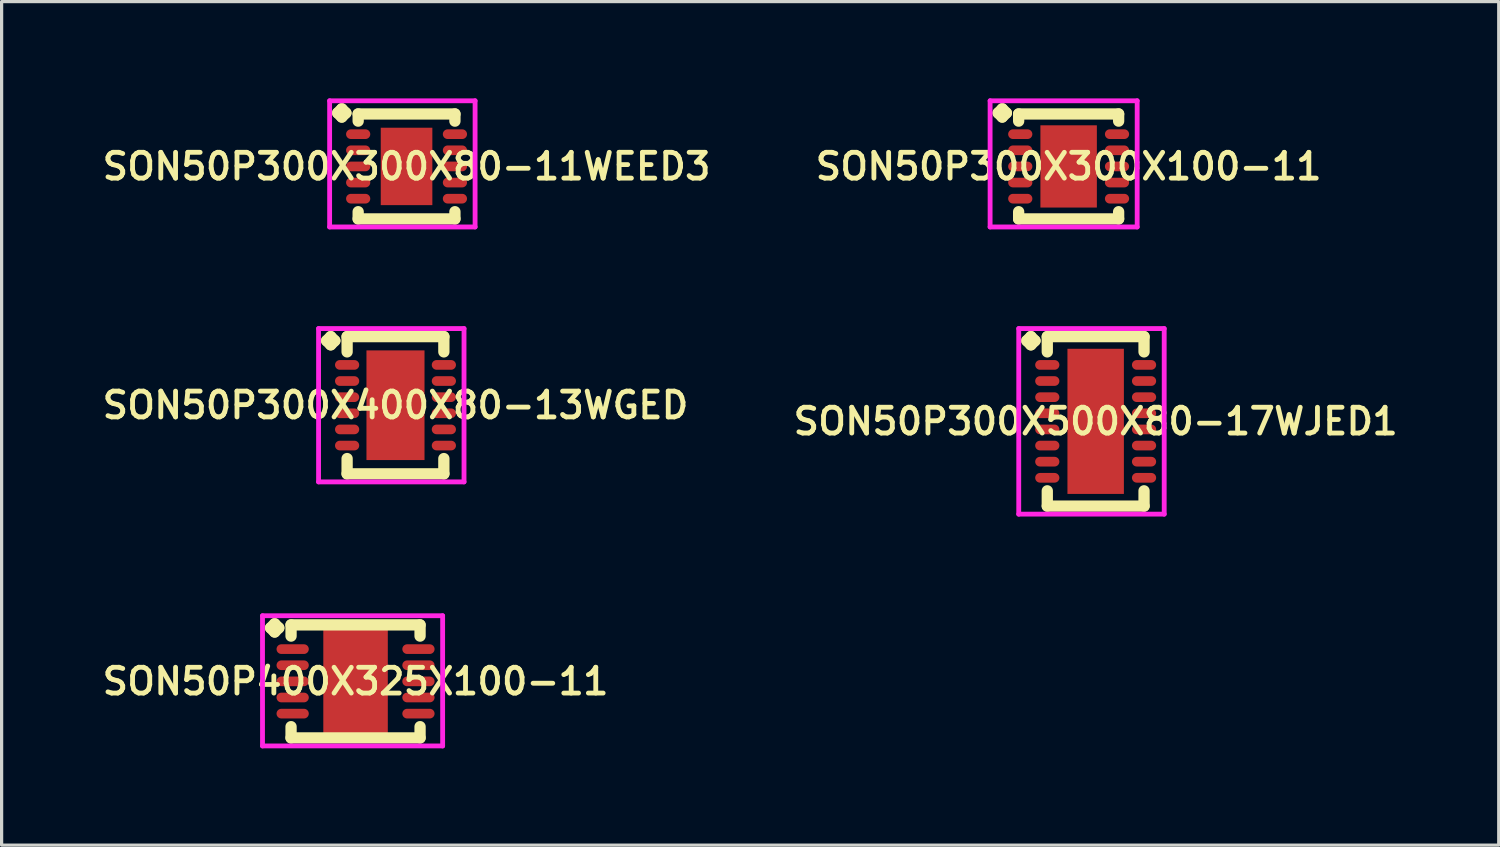
<source format=kicad_pcb>
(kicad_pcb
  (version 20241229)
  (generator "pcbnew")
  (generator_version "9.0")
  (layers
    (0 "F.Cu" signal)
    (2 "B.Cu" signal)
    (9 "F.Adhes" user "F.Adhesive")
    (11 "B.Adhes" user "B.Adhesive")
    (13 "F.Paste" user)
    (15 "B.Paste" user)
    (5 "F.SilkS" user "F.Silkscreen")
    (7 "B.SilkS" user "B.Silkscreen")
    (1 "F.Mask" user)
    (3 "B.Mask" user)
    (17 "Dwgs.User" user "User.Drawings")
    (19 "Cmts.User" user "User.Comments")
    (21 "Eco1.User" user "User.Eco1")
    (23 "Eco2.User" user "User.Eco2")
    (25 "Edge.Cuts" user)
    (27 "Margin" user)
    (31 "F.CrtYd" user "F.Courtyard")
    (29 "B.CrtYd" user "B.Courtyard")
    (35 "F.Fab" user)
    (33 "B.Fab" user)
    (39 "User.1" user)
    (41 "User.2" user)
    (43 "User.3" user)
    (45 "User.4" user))
  (footprint "SON50P300X300X100-11"
    (layer "F.Cu")
    (at 30.083 2.11)
    (property "Reference" "SON50P300X300X100-11" (at 0 0 0) (layer "F.SilkS") (effects (font (size 0.8 0.8) (thickness 0.15))))
    (attr smd)
    (fp_line (start -2.185 -1.658) (end -2.058 -1.785) (stroke (width 0.35) (type solid)) (layer "F.SilkS"))
    (fp_line (start -2.058 -1.785) (end -1.931 -1.658) (stroke (width 0.35) (type solid)) (layer "F.SilkS"))
    (fp_line (start -2.058 -1.531) (end -2.185 -1.658) (stroke (width 0.35) (type solid)) (layer "F.SilkS"))
    (fp_line (start -1.931 -1.658) (end -2.058 -1.531) (stroke (width 0.35) (type solid)) (layer "F.SilkS"))
    (fp_line (start -1.55 -1.627) (end 1.55 -1.627) (stroke (width 0.35) (type solid)) (layer "F.SilkS"))
    (fp_line (start -1.55 -1.404) (end -1.55 -1.627) (stroke (width 0.35) (type solid)) (layer "F.SilkS"))
    (fp_line (start -1.55 1.404) (end -1.55 1.627) (stroke (width 0.35) (type solid)) (layer "F.SilkS"))
    (fp_line (start -1.55 1.627) (end 1.55 1.627) (stroke (width 0.35) (type solid)) (layer "F.SilkS"))
    (fp_line (start 1.55 -1.627) (end 1.55 -1.404) (stroke (width 0.35) (type solid)) (layer "F.SilkS"))
    (fp_line (start 1.55 1.627) (end 1.55 1.404) (stroke (width 0.35) (type solid)) (layer "F.SilkS"))
    (fp_line (start -2.435 -2.035) (end 2.125 -2.035) (stroke (width 0.15) (type solid)) (layer "F.CrtYd"))
    (fp_line (start -2.435 1.877) (end -2.435 -2.035) (stroke (width 0.15) (type solid)) (layer "F.CrtYd"))
    (fp_line (start 2.125 -2.035) (end 2.125 1.877) (stroke (width 0.15) (type solid)) (layer "F.CrtYd"))
    (fp_line (start 2.125 1.877) (end -2.435 1.877) (stroke (width 0.15) (type solid)) (layer "F.CrtYd"))
    (pad "1" smd oval (at -1.5 -1) (size 0.75 0.3) (layers "F.Cu" "F.Mask" "F.Paste"))
    (pad "2" smd oval (at -1.5 -0.5) (size 0.75 0.3) (layers "F.Cu" "F.Mask" "F.Paste"))
    (pad "3" smd oval (at -1.5 0) (size 0.75 0.3) (layers "F.Cu" "F.Mask" "F.Paste"))
    (pad "4" smd oval (at -1.5 0.5) (size 0.75 0.3) (layers "F.Cu" "F.Mask" "F.Paste"))
    (pad "5" smd oval (at -1.5 1) (size 0.75 0.3) (layers "F.Cu" "F.Mask" "F.Paste"))
    (pad "6" smd oval (at 1.5 1) (size 0.75 0.3) (layers "F.Cu" "F.Mask" "F.Paste"))
    (pad "7" smd oval (at 1.5 0.5) (size 0.75 0.3) (layers "F.Cu" "F.Mask" "F.Paste"))
    (pad "8" smd oval (at 1.5 0) (size 0.75 0.3) (layers "F.Cu" "F.Mask" "F.Paste"))
    (pad "9" smd oval (at 1.5 -0.5) (size 0.75 0.3) (layers "F.Cu" "F.Mask" "F.Paste"))
    (pad "10" smd oval (at 1.5 -1) (size 0.75 0.3) (layers "F.Cu" "F.Mask" "F.Paste"))
    (pad "11" smd rect (at 0 0) (size 1.75 2.55) (layers "F.Cu" "F.Mask" "F.Paste")))
  (footprint "SON50P300X300X80-11WEED3"
    (layer "F.Cu")
    (at 9.555 2.11)
    (property "Reference" "SON50P300X300X80-11WEED3" (at 0 0 0) (layer "F.SilkS") (effects (font (size 0.8 0.8) (thickness 0.15))))
    (attr smd)
    (fp_line (start -2.135 -1.658) (end -2.008 -1.785) (stroke (width 0.35) (type solid)) (layer "F.SilkS"))
    (fp_line (start -2.008 -1.785) (end -1.881 -1.658) (stroke (width 0.35) (type solid)) (layer "F.SilkS"))
    (fp_line (start -2.008 -1.531) (end -2.135 -1.658) (stroke (width 0.35) (type solid)) (layer "F.SilkS"))
    (fp_line (start -1.881 -1.658) (end -2.008 -1.531) (stroke (width 0.35) (type solid)) (layer "F.SilkS"))
    (fp_line (start -1.5 -1.627) (end 1.5 -1.627) (stroke (width 0.35) (type solid)) (layer "F.SilkS"))
    (fp_line (start -1.5 -1.404) (end -1.5 -1.627) (stroke (width 0.35) (type solid)) (layer "F.SilkS"))
    (fp_line (start -1.5 1.404) (end -1.5 1.627) (stroke (width 0.35) (type solid)) (layer "F.SilkS"))
    (fp_line (start -1.5 1.627) (end 1.5 1.627) (stroke (width 0.35) (type solid)) (layer "F.SilkS"))
    (fp_line (start 1.5 -1.627) (end 1.5 -1.404) (stroke (width 0.35) (type solid)) (layer "F.SilkS"))
    (fp_line (start 1.5 1.627) (end 1.5 1.404) (stroke (width 0.35) (type solid)) (layer "F.SilkS"))
    (fp_line (start -2.385 -2.035) (end 2.125 -2.035) (stroke (width 0.15) (type solid)) (layer "F.CrtYd"))
    (fp_line (start -2.385 1.877) (end -2.385 -2.035) (stroke (width 0.15) (type solid)) (layer "F.CrtYd"))
    (fp_line (start 2.125 -2.035) (end 2.125 1.877) (stroke (width 0.15) (type solid)) (layer "F.CrtYd"))
    (fp_line (start 2.125 1.877) (end -2.385 1.877) (stroke (width 0.15) (type solid)) (layer "F.CrtYd"))
    (pad "1" smd oval (at -1.5 -1) (size 0.75 0.3) (layers "F.Cu" "F.Mask" "F.Paste"))
    (pad "2" smd oval (at -1.5 -0.5) (size 0.75 0.3) (layers "F.Cu" "F.Mask" "F.Paste"))
    (pad "3" smd oval (at -1.5 0) (size 0.75 0.3) (layers "F.Cu" "F.Mask" "F.Paste"))
    (pad "4" smd oval (at -1.5 0.5) (size 0.75 0.3) (layers "F.Cu" "F.Mask" "F.Paste"))
    (pad "5" smd oval (at -1.5 1) (size 0.75 0.3) (layers "F.Cu" "F.Mask" "F.Paste"))
    (pad "6" smd oval (at 1.5 1) (size 0.75 0.3) (layers "F.Cu" "F.Mask" "F.Paste"))
    (pad "7" smd oval (at 1.5 0.5) (size 0.75 0.3) (layers "F.Cu" "F.Mask" "F.Paste"))
    (pad "8" smd oval (at 1.5 0) (size 0.75 0.3) (layers "F.Cu" "F.Mask" "F.Paste"))
    (pad "9" smd oval (at 1.5 -0.5) (size 0.75 0.3) (layers "F.Cu" "F.Mask" "F.Paste"))
    (pad "10" smd oval (at 1.5 -1) (size 0.75 0.3) (layers "F.Cu" "F.Mask" "F.Paste"))
    (pad "11" smd rect (at 0 0) (size 1.6 2.4) (layers "F.Cu" "F.Mask" "F.Paste")))
  (footprint "SON50P300X400X80-13WGED"
    (layer "F.Cu")
    (at 9.212 9.514)
    (property "Reference" "SON50P300X400X80-13WGED" (at 0 0 0) (layer "F.SilkS") (effects (font (size 0.8 0.8) (thickness 0.15))))
    (attr smd)
    (fp_line (start -2.135 -2) (end -2.008 -2.127) (stroke (width 0.35) (type solid)) (layer "F.SilkS"))
    (fp_line (start -2.008 -2.127) (end -1.881 -2) (stroke (width 0.35) (type solid)) (layer "F.SilkS"))
    (fp_line (start -2.008 -1.873) (end -2.135 -2) (stroke (width 0.35) (type solid)) (layer "F.SilkS"))
    (fp_line (start -1.881 -2) (end -2.008 -1.873) (stroke (width 0.35) (type solid)) (layer "F.SilkS"))
    (fp_line (start -1.5 -2.127) (end 1.5 -2.127) (stroke (width 0.35) (type solid)) (layer "F.SilkS"))
    (fp_line (start -1.5 -1.654) (end -1.5 -2.127) (stroke (width 0.35) (type solid)) (layer "F.SilkS"))
    (fp_line (start -1.5 1.654) (end -1.5 2.127) (stroke (width 0.35) (type solid)) (layer "F.SilkS"))
    (fp_line (start -1.5 2.127) (end 1.5 2.127) (stroke (width 0.35) (type solid)) (layer "F.SilkS"))
    (fp_line (start 1.5 -2.127) (end 1.5 -1.654) (stroke (width 0.35) (type solid)) (layer "F.SilkS"))
    (fp_line (start 1.5 2.127) (end 1.5 1.654) (stroke (width 0.35) (type solid)) (layer "F.SilkS"))
    (fp_line (start -2.385 -2.377) (end 2.125 -2.377) (stroke (width 0.15) (type solid)) (layer "F.CrtYd"))
    (fp_line (start -2.385 2.377) (end -2.385 -2.377) (stroke (width 0.15) (type solid)) (layer "F.CrtYd"))
    (fp_line (start 2.125 -2.377) (end 2.125 2.377) (stroke (width 0.15) (type solid)) (layer "F.CrtYd"))
    (fp_line (start 2.125 2.377) (end -2.385 2.377) (stroke (width 0.15) (type solid)) (layer "F.CrtYd"))
    (pad "1" smd oval (at -1.5 -1.25) (size 0.75 0.3) (layers "F.Cu" "F.Mask" "F.Paste"))
    (pad "2" smd oval (at -1.5 -0.75) (size 0.75 0.3) (layers "F.Cu" "F.Mask" "F.Paste"))
    (pad "3" smd oval (at -1.5 -0.25) (size 0.75 0.3) (layers "F.Cu" "F.Mask" "F.Paste"))
    (pad "4" smd oval (at -1.5 0.25) (size 0.75 0.3) (layers "F.Cu" "F.Mask" "F.Paste"))
    (pad "5" smd oval (at -1.5 0.75) (size 0.75 0.3) (layers "F.Cu" "F.Mask" "F.Paste"))
    (pad "6" smd oval (at -1.5 1.25) (size 0.75 0.3) (layers "F.Cu" "F.Mask" "F.Paste"))
    (pad "7" smd oval (at 1.5 1.25) (size 0.75 0.3) (layers "F.Cu" "F.Mask" "F.Paste"))
    (pad "8" smd oval (at 1.5 0.75) (size 0.75 0.3) (layers "F.Cu" "F.Mask" "F.Paste"))
    (pad "9" smd oval (at 1.5 0.25) (size 0.75 0.3) (layers "F.Cu" "F.Mask" "F.Paste"))
    (pad "10" smd oval (at 1.5 -0.25) (size 0.75 0.3) (layers "F.Cu" "F.Mask" "F.Paste"))
    (pad "11" smd oval (at 1.5 -0.75) (size 0.75 0.3) (layers "F.Cu" "F.Mask" "F.Paste"))
    (pad "12" smd oval (at 1.5 -1.25) (size 0.75 0.3) (layers "F.Cu" "F.Mask" "F.Paste"))
    (pad "13" smd rect (at 0 0) (size 1.8 3.4) (layers "F.Cu" "F.Mask" "F.Paste")))
  (footprint "SON50P400X325X100-11"
    (layer "F.Cu")
    (at 7.974 18.076)
    (property "Reference" "SON50P400X325X100-11" (at 0 0 0) (layer "F.SilkS") (effects (font (size 0.8 0.8) (thickness 0.15))))
    (attr smd)
    (fp_line (start -2.635 -1.658) (end -2.508 -1.785) (stroke (width 0.35) (type solid)) (layer "F.SilkS"))
    (fp_line (start -2.508 -1.785) (end -2.381 -1.658) (stroke (width 0.35) (type solid)) (layer "F.SilkS"))
    (fp_line (start -2.508 -1.531) (end -2.635 -1.658) (stroke (width 0.35) (type solid)) (layer "F.SilkS"))
    (fp_line (start -2.381 -1.658) (end -2.508 -1.531) (stroke (width 0.35) (type solid)) (layer "F.SilkS"))
    (fp_line (start -2 -1.752) (end 2 -1.752) (stroke (width 0.35) (type solid)) (layer "F.SilkS"))
    (fp_line (start -2 -1.404) (end -2 -1.752) (stroke (width 0.35) (type solid)) (layer "F.SilkS"))
    (fp_line (start -2 1.404) (end -2 1.752) (stroke (width 0.35) (type solid)) (layer "F.SilkS"))
    (fp_line (start -2 1.752) (end 2 1.752) (stroke (width 0.35) (type solid)) (layer "F.SilkS"))
    (fp_line (start 2 -1.752) (end 2 -1.404) (stroke (width 0.35) (type solid)) (layer "F.SilkS"))
    (fp_line (start 2 1.752) (end 2 1.404) (stroke (width 0.35) (type solid)) (layer "F.SilkS"))
    (fp_line (start -2.885 -2.035) (end 2.7 -2.035) (stroke (width 0.15) (type solid)) (layer "F.CrtYd"))
    (fp_line (start -2.885 2.002) (end -2.885 -2.035) (stroke (width 0.15) (type solid)) (layer "F.CrtYd"))
    (fp_line (start 2.7 -2.035) (end 2.7 2.002) (stroke (width 0.15) (type solid)) (layer "F.CrtYd"))
    (fp_line (start 2.7 2.002) (end -2.885 2.002) (stroke (width 0.15) (type solid)) (layer "F.CrtYd"))
    (pad "1" smd oval (at -1.95 -1) (size 1 0.3) (layers "F.Cu" "F.Mask" "F.Paste"))
    (pad "2" smd oval (at -1.95 -0.5) (size 1 0.3) (layers "F.Cu" "F.Mask" "F.Paste"))
    (pad "3" smd oval (at -1.95 0) (size 1 0.3) (layers "F.Cu" "F.Mask" "F.Paste"))
    (pad "4" smd oval (at -1.95 0.5) (size 1 0.3) (layers "F.Cu" "F.Mask" "F.Paste"))
    (pad "5" smd oval (at -1.95 1) (size 1 0.3) (layers "F.Cu" "F.Mask" "F.Paste"))
    (pad "6" smd oval (at 1.95 1) (size 1 0.3) (layers "F.Cu" "F.Mask" "F.Paste"))
    (pad "7" smd oval (at 1.95 0.5) (size 1 0.3) (layers "F.Cu" "F.Mask" "F.Paste"))
    (pad "8" smd oval (at 1.95 0) (size 1 0.3) (layers "F.Cu" "F.Mask" "F.Paste"))
    (pad "9" smd oval (at 1.95 -0.5) (size 1 0.3) (layers "F.Cu" "F.Mask" "F.Paste"))
    (pad "10" smd oval (at 1.95 -1) (size 1 0.3) (layers "F.Cu" "F.Mask" "F.Paste"))
    (pad "11" smd rect (at 0 0) (size 2 3.25) (layers "F.Cu" "F.Mask" "F.Paste")))
  (footprint "SON50P300X500X80-17WJED1"
    (layer "F.Cu")
    (at 30.921 10.014)
    (property "Reference" "SON50P300X500X80-17WJED1" (at 0 0 0) (layer "F.SilkS") (effects (font (size 0.8 0.8) (thickness 0.15))))
    (attr smd)
    (fp_line (start -2.135 -2.5) (end -2.008 -2.627) (stroke (width 0.35) (type solid)) (layer "F.SilkS"))
    (fp_line (start -2.008 -2.627) (end -1.881 -2.5) (stroke (width 0.35) (type solid)) (layer "F.SilkS"))
    (fp_line (start -2.008 -2.373) (end -2.135 -2.5) (stroke (width 0.35) (type solid)) (layer "F.SilkS"))
    (fp_line (start -1.881 -2.5) (end -2.008 -2.373) (stroke (width 0.35) (type solid)) (layer "F.SilkS"))
    (fp_line (start -1.5 -2.627) (end 1.5 -2.627) (stroke (width 0.35) (type solid)) (layer "F.SilkS"))
    (fp_line (start -1.5 -2.154) (end -1.5 -2.627) (stroke (width 0.35) (type solid)) (layer "F.SilkS"))
    (fp_line (start -1.5 2.154) (end -1.5 2.627) (stroke (width 0.35) (type solid)) (layer "F.SilkS"))
    (fp_line (start -1.5 2.627) (end 1.5 2.627) (stroke (width 0.35) (type solid)) (layer "F.SilkS"))
    (fp_line (start 1.5 -2.627) (end 1.5 -2.154) (stroke (width 0.35) (type solid)) (layer "F.SilkS"))
    (fp_line (start 1.5 2.627) (end 1.5 2.154) (stroke (width 0.35) (type solid)) (layer "F.SilkS"))
    (fp_line (start -2.385 -2.877) (end 2.125 -2.877) (stroke (width 0.15) (type solid)) (layer "F.CrtYd"))
    (fp_line (start -2.385 2.877) (end -2.385 -2.877) (stroke (width 0.15) (type solid)) (layer "F.CrtYd"))
    (fp_line (start 2.125 -2.877) (end 2.125 2.877) (stroke (width 0.15) (type solid)) (layer "F.CrtYd"))
    (fp_line (start 2.125 2.877) (end -2.385 2.877) (stroke (width 0.15) (type solid)) (layer "F.CrtYd"))
    (pad "1" smd oval (at -1.5 -1.75) (size 0.75 0.3) (layers "F.Cu" "F.Mask" "F.Paste"))
    (pad "2" smd oval (at -1.5 -1.25) (size 0.75 0.3) (layers "F.Cu" "F.Mask" "F.Paste"))
    (pad "3" smd oval (at -1.5 -0.75) (size 0.75 0.3) (layers "F.Cu" "F.Mask" "F.Paste"))
    (pad "4" smd oval (at -1.5 -0.25) (size 0.75 0.3) (layers "F.Cu" "F.Mask" "F.Paste"))
    (pad "5" smd oval (at -1.5 0.25) (size 0.75 0.3) (layers "F.Cu" "F.Mask" "F.Paste"))
    (pad "6" smd oval (at -1.5 0.75) (size 0.75 0.3) (layers "F.Cu" "F.Mask" "F.Paste"))
    (pad "7" smd oval (at -1.5 1.25) (size 0.75 0.3) (layers "F.Cu" "F.Mask" "F.Paste"))
    (pad "8" smd oval (at -1.5 1.75) (size 0.75 0.3) (layers "F.Cu" "F.Mask" "F.Paste"))
    (pad "9" smd oval (at 1.5 1.75) (size 0.75 0.3) (layers "F.Cu" "F.Mask" "F.Paste"))
    (pad "10" smd oval (at 1.5 1.25) (size 0.75 0.3) (layers "F.Cu" "F.Mask" "F.Paste"))
    (pad "11" smd oval (at 1.5 0.75) (size 0.75 0.3) (layers "F.Cu" "F.Mask" "F.Paste"))
    (pad "12" smd oval (at 1.5 0.25) (size 0.75 0.3) (layers "F.Cu" "F.Mask" "F.Paste"))
    (pad "13" smd oval (at 1.5 -0.25) (size 0.75 0.3) (layers "F.Cu" "F.Mask" "F.Paste"))
    (pad "14" smd oval (at 1.5 -0.75) (size 0.75 0.3) (layers "F.Cu" "F.Mask" "F.Paste"))
    (pad "15" smd oval (at 1.5 -1.25) (size 0.75 0.3) (layers "F.Cu" "F.Mask" "F.Paste"))
    (pad "16" smd oval (at 1.5 -1.75) (size 0.75 0.3) (layers "F.Cu" "F.Mask" "F.Paste"))
    (pad "17" smd rect (at 0 0) (size 1.75 4.5) (layers "F.Cu" "F.Mask" "F.Paste")))
  (gr_rect
    (start -3 -3)
    (end 43.418 23.153)
    (stroke (width 0.1) (type default))
    (fill no)
    (layer "Edge.Cuts")))
</source>
